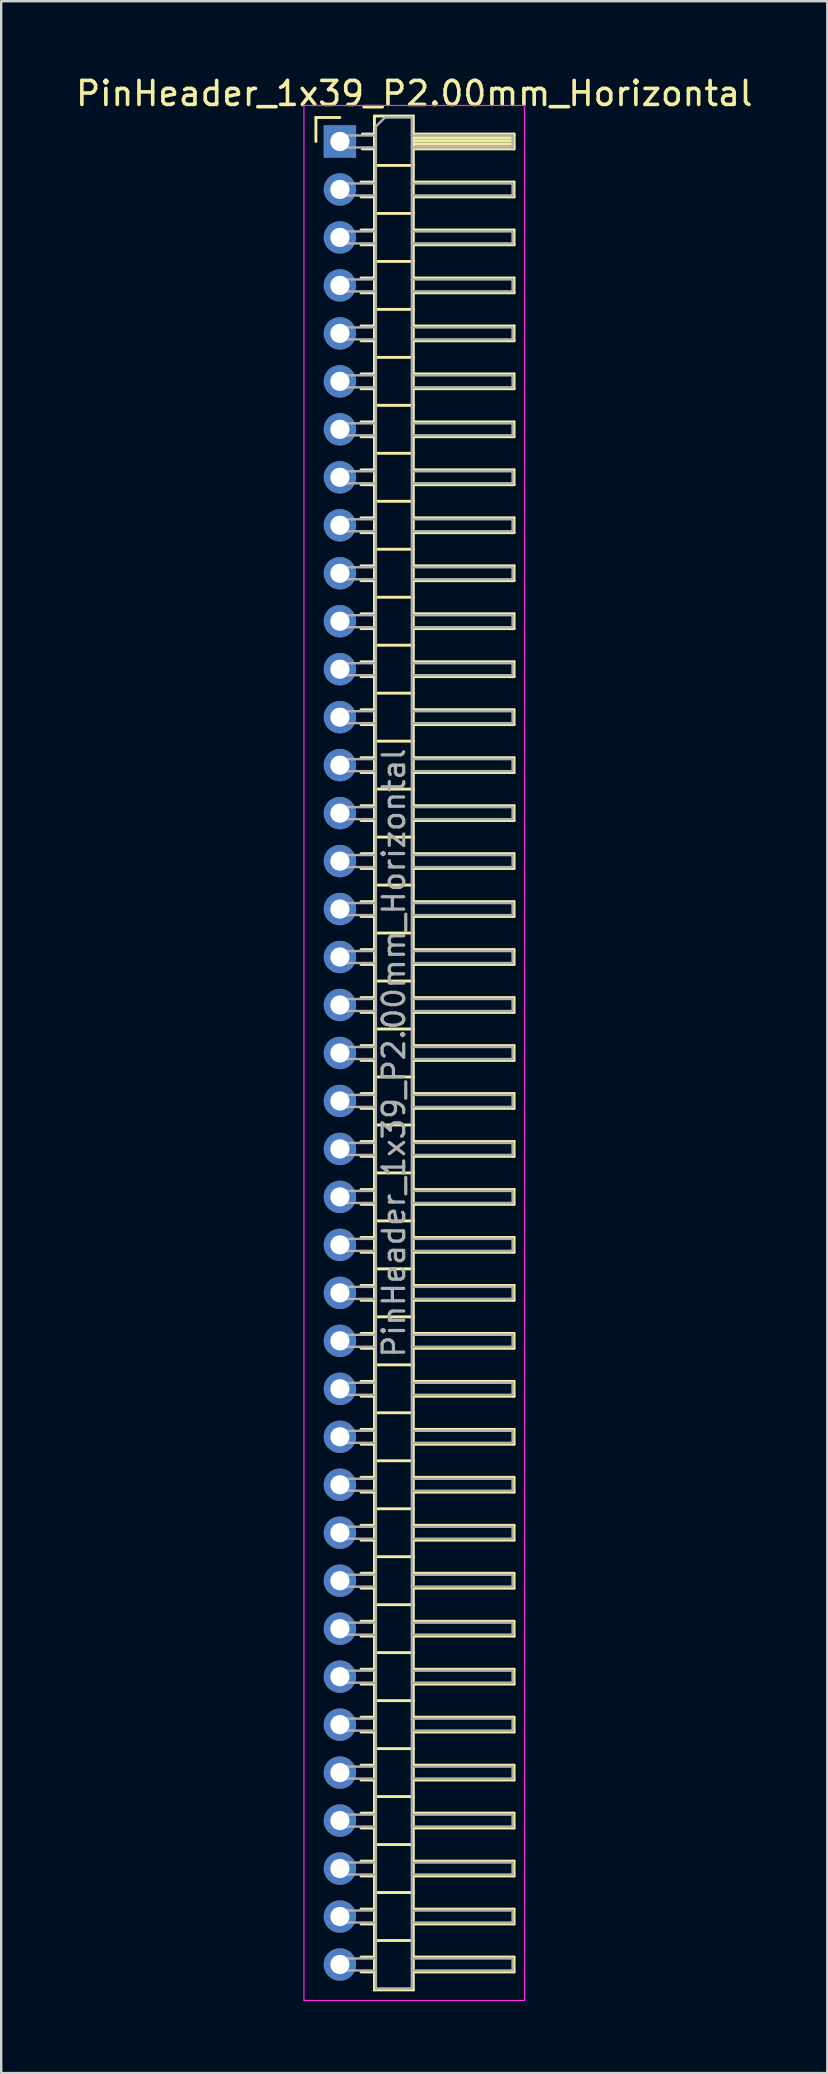
<source format=kicad_pcb>
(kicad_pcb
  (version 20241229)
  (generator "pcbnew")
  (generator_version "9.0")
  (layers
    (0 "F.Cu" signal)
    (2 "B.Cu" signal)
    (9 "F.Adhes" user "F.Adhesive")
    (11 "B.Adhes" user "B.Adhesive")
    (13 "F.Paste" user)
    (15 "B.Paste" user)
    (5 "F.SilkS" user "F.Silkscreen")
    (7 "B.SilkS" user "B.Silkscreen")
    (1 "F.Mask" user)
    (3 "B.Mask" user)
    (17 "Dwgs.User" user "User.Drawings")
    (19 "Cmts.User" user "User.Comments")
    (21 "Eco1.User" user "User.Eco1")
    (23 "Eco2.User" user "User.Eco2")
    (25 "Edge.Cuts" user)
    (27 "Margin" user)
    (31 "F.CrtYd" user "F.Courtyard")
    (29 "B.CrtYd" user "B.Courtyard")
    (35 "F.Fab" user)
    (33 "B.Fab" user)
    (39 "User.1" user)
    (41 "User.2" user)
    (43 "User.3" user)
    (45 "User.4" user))
  (footprint "PinHeader_1x39_P2.00mm_Horizontal"
    (layer "F.Cu")
    (at 11.12 2.848)
    (property "Reference" "PinHeader_1x39_P2.00mm_Horizontal" (at 3.1 -2 0) (layer "F.SilkS") (effects (font (size 1 1) (thickness 0.15))))
    (attr through_hole)
    (fp_line (start -1 -1) (end 0 -1) (stroke (width 0.12) (type solid)) (layer "F.SilkS"))
    (fp_line (start -1 0) (end -1 -1) (stroke (width 0.12) (type solid)) (layer "F.SilkS"))
    (fp_line (start 0.882 1.69) (end 1.44 1.69) (stroke (width 0.12) (type solid)) (layer "F.SilkS"))
    (fp_line (start 0.882 2.31) (end 1.44 2.31) (stroke (width 0.12) (type solid)) (layer "F.SilkS"))
    (fp_line (start 0.882 3.69) (end 1.44 3.69) (stroke (width 0.12) (type solid)) (layer "F.SilkS"))
    (fp_line (start 0.882 4.31) (end 1.44 4.31) (stroke (width 0.12) (type solid)) (layer "F.SilkS"))
    (fp_line (start 0.882 5.69) (end 1.44 5.69) (stroke (width 0.12) (type solid)) (layer "F.SilkS"))
    (fp_line (start 0.882 6.31) (end 1.44 6.31) (stroke (width 0.12) (type solid)) (layer "F.SilkS"))
    (fp_line (start 0.882 7.69) (end 1.44 7.69) (stroke (width 0.12) (type solid)) (layer "F.SilkS"))
    (fp_line (start 0.882 8.31) (end 1.44 8.31) (stroke (width 0.12) (type solid)) (layer "F.SilkS"))
    (fp_line (start 0.882 9.69) (end 1.44 9.69) (stroke (width 0.12) (type solid)) (layer "F.SilkS"))
    (fp_line (start 0.882 10.31) (end 1.44 10.31) (stroke (width 0.12) (type solid)) (layer "F.SilkS"))
    (fp_line (start 0.882 11.69) (end 1.44 11.69) (stroke (width 0.12) (type solid)) (layer "F.SilkS"))
    (fp_line (start 0.882 12.31) (end 1.44 12.31) (stroke (width 0.12) (type solid)) (layer "F.SilkS"))
    (fp_line (start 0.882 13.69) (end 1.44 13.69) (stroke (width 0.12) (type solid)) (layer "F.SilkS"))
    (fp_line (start 0.882 14.31) (end 1.44 14.31) (stroke (width 0.12) (type solid)) (layer "F.SilkS"))
    (fp_line (start 0.882 15.69) (end 1.44 15.69) (stroke (width 0.12) (type solid)) (layer "F.SilkS"))
    (fp_line (start 0.882 16.31) (end 1.44 16.31) (stroke (width 0.12) (type solid)) (layer "F.SilkS"))
    (fp_line (start 0.882 17.69) (end 1.44 17.69) (stroke (width 0.12) (type solid)) (layer "F.SilkS"))
    (fp_line (start 0.882 18.31) (end 1.44 18.31) (stroke (width 0.12) (type solid)) (layer "F.SilkS"))
    (fp_line (start 0.882 19.69) (end 1.44 19.69) (stroke (width 0.12) (type solid)) (layer "F.SilkS"))
    (fp_line (start 0.882 20.31) (end 1.44 20.31) (stroke (width 0.12) (type solid)) (layer "F.SilkS"))
    (fp_line (start 0.882 21.69) (end 1.44 21.69) (stroke (width 0.12) (type solid)) (layer "F.SilkS"))
    (fp_line (start 0.882 22.31) (end 1.44 22.31) (stroke (width 0.12) (type solid)) (layer "F.SilkS"))
    (fp_line (start 0.882 23.69) (end 1.44 23.69) (stroke (width 0.12) (type solid)) (layer "F.SilkS"))
    (fp_line (start 0.882 24.31) (end 1.44 24.31) (stroke (width 0.12) (type solid)) (layer "F.SilkS"))
    (fp_line (start 0.882 25.69) (end 1.44 25.69) (stroke (width 0.12) (type solid)) (layer "F.SilkS"))
    (fp_line (start 0.882 26.31) (end 1.44 26.31) (stroke (width 0.12) (type solid)) (layer "F.SilkS"))
    (fp_line (start 0.882 27.69) (end 1.44 27.69) (stroke (width 0.12) (type solid)) (layer "F.SilkS"))
    (fp_line (start 0.882 28.31) (end 1.44 28.31) (stroke (width 0.12) (type solid)) (layer "F.SilkS"))
    (fp_line (start 0.882 29.69) (end 1.44 29.69) (stroke (width 0.12) (type solid)) (layer "F.SilkS"))
    (fp_line (start 0.882 30.31) (end 1.44 30.31) (stroke (width 0.12) (type solid)) (layer "F.SilkS"))
    (fp_line (start 0.882 31.69) (end 1.44 31.69) (stroke (width 0.12) (type solid)) (layer "F.SilkS"))
    (fp_line (start 0.882 32.31) (end 1.44 32.31) (stroke (width 0.12) (type solid)) (layer "F.SilkS"))
    (fp_line (start 0.882 33.69) (end 1.44 33.69) (stroke (width 0.12) (type solid)) (layer "F.SilkS"))
    (fp_line (start 0.882 34.31) (end 1.44 34.31) (stroke (width 0.12) (type solid)) (layer "F.SilkS"))
    (fp_line (start 0.882 35.69) (end 1.44 35.69) (stroke (width 0.12) (type solid)) (layer "F.SilkS"))
    (fp_line (start 0.882 36.31) (end 1.44 36.31) (stroke (width 0.12) (type solid)) (layer "F.SilkS"))
    (fp_line (start 0.882 37.69) (end 1.44 37.69) (stroke (width 0.12) (type solid)) (layer "F.SilkS"))
    (fp_line (start 0.882 38.31) (end 1.44 38.31) (stroke (width 0.12) (type solid)) (layer "F.SilkS"))
    (fp_line (start 0.882 39.69) (end 1.44 39.69) (stroke (width 0.12) (type solid)) (layer "F.SilkS"))
    (fp_line (start 0.882 40.31) (end 1.44 40.31) (stroke (width 0.12) (type solid)) (layer "F.SilkS"))
    (fp_line (start 0.882 41.69) (end 1.44 41.69) (stroke (width 0.12) (type solid)) (layer "F.SilkS"))
    (fp_line (start 0.882 42.31) (end 1.44 42.31) (stroke (width 0.12) (type solid)) (layer "F.SilkS"))
    (fp_line (start 0.882 43.69) (end 1.44 43.69) (stroke (width 0.12) (type solid)) (layer "F.SilkS"))
    (fp_line (start 0.882 44.31) (end 1.44 44.31) (stroke (width 0.12) (type solid)) (layer "F.SilkS"))
    (fp_line (start 0.882 45.69) (end 1.44 45.69) (stroke (width 0.12) (type solid)) (layer "F.SilkS"))
    (fp_line (start 0.882 46.31) (end 1.44 46.31) (stroke (width 0.12) (type solid)) (layer "F.SilkS"))
    (fp_line (start 0.882 47.69) (end 1.44 47.69) (stroke (width 0.12) (type solid)) (layer "F.SilkS"))
    (fp_line (start 0.882 48.31) (end 1.44 48.31) (stroke (width 0.12) (type solid)) (layer "F.SilkS"))
    (fp_line (start 0.882 49.69) (end 1.44 49.69) (stroke (width 0.12) (type solid)) (layer "F.SilkS"))
    (fp_line (start 0.882 50.31) (end 1.44 50.31) (stroke (width 0.12) (type solid)) (layer "F.SilkS"))
    (fp_line (start 0.882 51.69) (end 1.44 51.69) (stroke (width 0.12) (type solid)) (layer "F.SilkS"))
    (fp_line (start 0.882 52.31) (end 1.44 52.31) (stroke (width 0.12) (type solid)) (layer "F.SilkS"))
    (fp_line (start 0.882 53.69) (end 1.44 53.69) (stroke (width 0.12) (type solid)) (layer "F.SilkS"))
    (fp_line (start 0.882 54.31) (end 1.44 54.31) (stroke (width 0.12) (type solid)) (layer "F.SilkS"))
    (fp_line (start 0.882 55.69) (end 1.44 55.69) (stroke (width 0.12) (type solid)) (layer "F.SilkS"))
    (fp_line (start 0.882 56.31) (end 1.44 56.31) (stroke (width 0.12) (type solid)) (layer "F.SilkS"))
    (fp_line (start 0.882 57.69) (end 1.44 57.69) (stroke (width 0.12) (type solid)) (layer "F.SilkS"))
    (fp_line (start 0.882 58.31) (end 1.44 58.31) (stroke (width 0.12) (type solid)) (layer "F.SilkS"))
    (fp_line (start 0.882 59.69) (end 1.44 59.69) (stroke (width 0.12) (type solid)) (layer "F.SilkS"))
    (fp_line (start 0.882 60.31) (end 1.44 60.31) (stroke (width 0.12) (type solid)) (layer "F.SilkS"))
    (fp_line (start 0.882 61.69) (end 1.44 61.69) (stroke (width 0.12) (type solid)) (layer "F.SilkS"))
    (fp_line (start 0.882 62.31) (end 1.44 62.31) (stroke (width 0.12) (type solid)) (layer "F.SilkS"))
    (fp_line (start 0.882 63.69) (end 1.44 63.69) (stroke (width 0.12) (type solid)) (layer "F.SilkS"))
    (fp_line (start 0.882 64.31) (end 1.44 64.31) (stroke (width 0.12) (type solid)) (layer "F.SilkS"))
    (fp_line (start 0.882 65.69) (end 1.44 65.69) (stroke (width 0.12) (type solid)) (layer "F.SilkS"))
    (fp_line (start 0.882 66.31) (end 1.44 66.31) (stroke (width 0.12) (type solid)) (layer "F.SilkS"))
    (fp_line (start 0.882 67.69) (end 1.44 67.69) (stroke (width 0.12) (type solid)) (layer "F.SilkS"))
    (fp_line (start 0.882 68.31) (end 1.44 68.31) (stroke (width 0.12) (type solid)) (layer "F.SilkS"))
    (fp_line (start 0.882 69.69) (end 1.44 69.69) (stroke (width 0.12) (type solid)) (layer "F.SilkS"))
    (fp_line (start 0.882 70.31) (end 1.44 70.31) (stroke (width 0.12) (type solid)) (layer "F.SilkS"))
    (fp_line (start 0.882 71.69) (end 1.44 71.69) (stroke (width 0.12) (type solid)) (layer "F.SilkS"))
    (fp_line (start 0.882 72.31) (end 1.44 72.31) (stroke (width 0.12) (type solid)) (layer "F.SilkS"))
    (fp_line (start 0.882 73.69) (end 1.44 73.69) (stroke (width 0.12) (type solid)) (layer "F.SilkS"))
    (fp_line (start 0.882 74.31) (end 1.44 74.31) (stroke (width 0.12) (type solid)) (layer "F.SilkS"))
    (fp_line (start 0.882 75.69) (end 1.44 75.69) (stroke (width 0.12) (type solid)) (layer "F.SilkS"))
    (fp_line (start 0.882 76.31) (end 1.44 76.31) (stroke (width 0.12) (type solid)) (layer "F.SilkS"))
    (fp_line (start 0.935 -0.31) (end 1.44 -0.31) (stroke (width 0.12) (type solid)) (layer "F.SilkS"))
    (fp_line (start 0.935 0.31) (end 1.44 0.31) (stroke (width 0.12) (type solid)) (layer "F.SilkS"))
    (fp_line (start 1.44 -1.06) (end 1.44 77.06) (stroke (width 0.12) (type solid)) (layer "F.SilkS"))
    (fp_line (start 1.44 1) (end 3.06 1) (stroke (width 0.12) (type solid)) (layer "F.SilkS"))
    (fp_line (start 1.44 3) (end 3.06 3) (stroke (width 0.12) (type solid)) (layer "F.SilkS"))
    (fp_line (start 1.44 5) (end 3.06 5) (stroke (width 0.12) (type solid)) (layer "F.SilkS"))
    (fp_line (start 1.44 7) (end 3.06 7) (stroke (width 0.12) (type solid)) (layer "F.SilkS"))
    (fp_line (start 1.44 9) (end 3.06 9) (stroke (width 0.12) (type solid)) (layer "F.SilkS"))
    (fp_line (start 1.44 11) (end 3.06 11) (stroke (width 0.12) (type solid)) (layer "F.SilkS"))
    (fp_line (start 1.44 13) (end 3.06 13) (stroke (width 0.12) (type solid)) (layer "F.SilkS"))
    (fp_line (start 1.44 15) (end 3.06 15) (stroke (width 0.12) (type solid)) (layer "F.SilkS"))
    (fp_line (start 1.44 17) (end 3.06 17) (stroke (width 0.12) (type solid)) (layer "F.SilkS"))
    (fp_line (start 1.44 19) (end 3.06 19) (stroke (width 0.12) (type solid)) (layer "F.SilkS"))
    (fp_line (start 1.44 21) (end 3.06 21) (stroke (width 0.12) (type solid)) (layer "F.SilkS"))
    (fp_line (start 1.44 23) (end 3.06 23) (stroke (width 0.12) (type solid)) (layer "F.SilkS"))
    (fp_line (start 1.44 25) (end 3.06 25) (stroke (width 0.12) (type solid)) (layer "F.SilkS"))
    (fp_line (start 1.44 27) (end 3.06 27) (stroke (width 0.12) (type solid)) (layer "F.SilkS"))
    (fp_line (start 1.44 29) (end 3.06 29) (stroke (width 0.12) (type solid)) (layer "F.SilkS"))
    (fp_line (start 1.44 31) (end 3.06 31) (stroke (width 0.12) (type solid)) (layer "F.SilkS"))
    (fp_line (start 1.44 33) (end 3.06 33) (stroke (width 0.12) (type solid)) (layer "F.SilkS"))
    (fp_line (start 1.44 35) (end 3.06 35) (stroke (width 0.12) (type solid)) (layer "F.SilkS"))
    (fp_line (start 1.44 37) (end 3.06 37) (stroke (width 0.12) (type solid)) (layer "F.SilkS"))
    (fp_line (start 1.44 39) (end 3.06 39) (stroke (width 0.12) (type solid)) (layer "F.SilkS"))
    (fp_line (start 1.44 41) (end 3.06 41) (stroke (width 0.12) (type solid)) (layer "F.SilkS"))
    (fp_line (start 1.44 43) (end 3.06 43) (stroke (width 0.12) (type solid)) (layer "F.SilkS"))
    (fp_line (start 1.44 45) (end 3.06 45) (stroke (width 0.12) (type solid)) (layer "F.SilkS"))
    (fp_line (start 1.44 47) (end 3.06 47) (stroke (width 0.12) (type solid)) (layer "F.SilkS"))
    (fp_line (start 1.44 49) (end 3.06 49) (stroke (width 0.12) (type solid)) (layer "F.SilkS"))
    (fp_line (start 1.44 51) (end 3.06 51) (stroke (width 0.12) (type solid)) (layer "F.SilkS"))
    (fp_line (start 1.44 53) (end 3.06 53) (stroke (width 0.12) (type solid)) (layer "F.SilkS"))
    (fp_line (start 1.44 55) (end 3.06 55) (stroke (width 0.12) (type solid)) (layer "F.SilkS"))
    (fp_line (start 1.44 57) (end 3.06 57) (stroke (width 0.12) (type solid)) (layer "F.SilkS"))
    (fp_line (start 1.44 59) (end 3.06 59) (stroke (width 0.12) (type solid)) (layer "F.SilkS"))
    (fp_line (start 1.44 61) (end 3.06 61) (stroke (width 0.12) (type solid)) (layer "F.SilkS"))
    (fp_line (start 1.44 63) (end 3.06 63) (stroke (width 0.12) (type solid)) (layer "F.SilkS"))
    (fp_line (start 1.44 65) (end 3.06 65) (stroke (width 0.12) (type solid)) (layer "F.SilkS"))
    (fp_line (start 1.44 67) (end 3.06 67) (stroke (width 0.12) (type solid)) (layer "F.SilkS"))
    (fp_line (start 1.44 69) (end 3.06 69) (stroke (width 0.12) (type solid)) (layer "F.SilkS"))
    (fp_line (start 1.44 71) (end 3.06 71) (stroke (width 0.12) (type solid)) (layer "F.SilkS"))
    (fp_line (start 1.44 73) (end 3.06 73) (stroke (width 0.12) (type solid)) (layer "F.SilkS"))
    (fp_line (start 1.44 75) (end 3.06 75) (stroke (width 0.12) (type solid)) (layer "F.SilkS"))
    (fp_line (start 1.44 77.06) (end 3.06 77.06) (stroke (width 0.12) (type solid)) (layer "F.SilkS"))
    (fp_line (start 3.06 -1.06) (end 1.44 -1.06) (stroke (width 0.12) (type solid)) (layer "F.SilkS"))
    (fp_line (start 3.06 -0.31) (end 7.26 -0.31) (stroke (width 0.12) (type solid)) (layer "F.SilkS"))
    (fp_line (start 3.06 -0.25) (end 7.26 -0.25) (stroke (width 0.12) (type solid)) (layer "F.SilkS"))
    (fp_line (start 3.06 -0.13) (end 7.26 -0.13) (stroke (width 0.12) (type solid)) (layer "F.SilkS"))
    (fp_line (start 3.06 -0.01) (end 7.26 -0.01) (stroke (width 0.12) (type solid)) (layer "F.SilkS"))
    (fp_line (start 3.06 0.11) (end 7.26 0.11) (stroke (width 0.12) (type solid)) (layer "F.SilkS"))
    (fp_line (start 3.06 0.23) (end 7.26 0.23) (stroke (width 0.12) (type solid)) (layer "F.SilkS"))
    (fp_line (start 3.06 1.69) (end 7.26 1.69) (stroke (width 0.12) (type solid)) (layer "F.SilkS"))
    (fp_line (start 3.06 3.69) (end 7.26 3.69) (stroke (width 0.12) (type solid)) (layer "F.SilkS"))
    (fp_line (start 3.06 5.69) (end 7.26 5.69) (stroke (width 0.12) (type solid)) (layer "F.SilkS"))
    (fp_line (start 3.06 7.69) (end 7.26 7.69) (stroke (width 0.12) (type solid)) (layer "F.SilkS"))
    (fp_line (start 3.06 9.69) (end 7.26 9.69) (stroke (width 0.12) (type solid)) (layer "F.SilkS"))
    (fp_line (start 3.06 11.69) (end 7.26 11.69) (stroke (width 0.12) (type solid)) (layer "F.SilkS"))
    (fp_line (start 3.06 13.69) (end 7.26 13.69) (stroke (width 0.12) (type solid)) (layer "F.SilkS"))
    (fp_line (start 3.06 15.69) (end 7.26 15.69) (stroke (width 0.12) (type solid)) (layer "F.SilkS"))
    (fp_line (start 3.06 17.69) (end 7.26 17.69) (stroke (width 0.12) (type solid)) (layer "F.SilkS"))
    (fp_line (start 3.06 19.69) (end 7.26 19.69) (stroke (width 0.12) (type solid)) (layer "F.SilkS"))
    (fp_line (start 3.06 21.69) (end 7.26 21.69) (stroke (width 0.12) (type solid)) (layer "F.SilkS"))
    (fp_line (start 3.06 23.69) (end 7.26 23.69) (stroke (width 0.12) (type solid)) (layer "F.SilkS"))
    (fp_line (start 3.06 25.69) (end 7.26 25.69) (stroke (width 0.12) (type solid)) (layer "F.SilkS"))
    (fp_line (start 3.06 27.69) (end 7.26 27.69) (stroke (width 0.12) (type solid)) (layer "F.SilkS"))
    (fp_line (start 3.06 29.69) (end 7.26 29.69) (stroke (width 0.12) (type solid)) (layer "F.SilkS"))
    (fp_line (start 3.06 31.69) (end 7.26 31.69) (stroke (width 0.12) (type solid)) (layer "F.SilkS"))
    (fp_line (start 3.06 33.69) (end 7.26 33.69) (stroke (width 0.12) (type solid)) (layer "F.SilkS"))
    (fp_line (start 3.06 35.69) (end 7.26 35.69) (stroke (width 0.12) (type solid)) (layer "F.SilkS"))
    (fp_line (start 3.06 37.69) (end 7.26 37.69) (stroke (width 0.12) (type solid)) (layer "F.SilkS"))
    (fp_line (start 3.06 39.69) (end 7.26 39.69) (stroke (width 0.12) (type solid)) (layer "F.SilkS"))
    (fp_line (start 3.06 41.69) (end 7.26 41.69) (stroke (width 0.12) (type solid)) (layer "F.SilkS"))
    (fp_line (start 3.06 43.69) (end 7.26 43.69) (stroke (width 0.12) (type solid)) (layer "F.SilkS"))
    (fp_line (start 3.06 45.69) (end 7.26 45.69) (stroke (width 0.12) (type solid)) (layer "F.SilkS"))
    (fp_line (start 3.06 47.69) (end 7.26 47.69) (stroke (width 0.12) (type solid)) (layer "F.SilkS"))
    (fp_line (start 3.06 49.69) (end 7.26 49.69) (stroke (width 0.12) (type solid)) (layer "F.SilkS"))
    (fp_line (start 3.06 51.69) (end 7.26 51.69) (stroke (width 0.12) (type solid)) (layer "F.SilkS"))
    (fp_line (start 3.06 53.69) (end 7.26 53.69) (stroke (width 0.12) (type solid)) (layer "F.SilkS"))
    (fp_line (start 3.06 55.69) (end 7.26 55.69) (stroke (width 0.12) (type solid)) (layer "F.SilkS"))
    (fp_line (start 3.06 57.69) (end 7.26 57.69) (stroke (width 0.12) (type solid)) (layer "F.SilkS"))
    (fp_line (start 3.06 59.69) (end 7.26 59.69) (stroke (width 0.12) (type solid)) (layer "F.SilkS"))
    (fp_line (start 3.06 61.69) (end 7.26 61.69) (stroke (width 0.12) (type solid)) (layer "F.SilkS"))
    (fp_line (start 3.06 63.69) (end 7.26 63.69) (stroke (width 0.12) (type solid)) (layer "F.SilkS"))
    (fp_line (start 3.06 65.69) (end 7.26 65.69) (stroke (width 0.12) (type solid)) (layer "F.SilkS"))
    (fp_line (start 3.06 67.69) (end 7.26 67.69) (stroke (width 0.12) (type solid)) (layer "F.SilkS"))
    (fp_line (start 3.06 69.69) (end 7.26 69.69) (stroke (width 0.12) (type solid)) (layer "F.SilkS"))
    (fp_line (start 3.06 71.69) (end 7.26 71.69) (stroke (width 0.12) (type solid)) (layer "F.SilkS"))
    (fp_line (start 3.06 73.69) (end 7.26 73.69) (stroke (width 0.12) (type solid)) (layer "F.SilkS"))
    (fp_line (start 3.06 75.69) (end 7.26 75.69) (stroke (width 0.12) (type solid)) (layer "F.SilkS"))
    (fp_line (start 3.06 77.06) (end 3.06 -1.06) (stroke (width 0.12) (type solid)) (layer "F.SilkS"))
    (fp_line (start 7.26 -0.31) (end 7.26 0.31) (stroke (width 0.12) (type solid)) (layer "F.SilkS"))
    (fp_line (start 7.26 0.31) (end 3.06 0.31) (stroke (width 0.12) (type solid)) (layer "F.SilkS"))
    (fp_line (start 7.26 1.69) (end 7.26 2.31) (stroke (width 0.12) (type solid)) (layer "F.SilkS"))
    (fp_line (start 7.26 2.31) (end 3.06 2.31) (stroke (width 0.12) (type solid)) (layer "F.SilkS"))
    (fp_line (start 7.26 3.69) (end 7.26 4.31) (stroke (width 0.12) (type solid)) (layer "F.SilkS"))
    (fp_line (start 7.26 4.31) (end 3.06 4.31) (stroke (width 0.12) (type solid)) (layer "F.SilkS"))
    (fp_line (start 7.26 5.69) (end 7.26 6.31) (stroke (width 0.12) (type solid)) (layer "F.SilkS"))
    (fp_line (start 7.26 6.31) (end 3.06 6.31) (stroke (width 0.12) (type solid)) (layer "F.SilkS"))
    (fp_line (start 7.26 7.69) (end 7.26 8.31) (stroke (width 0.12) (type solid)) (layer "F.SilkS"))
    (fp_line (start 7.26 8.31) (end 3.06 8.31) (stroke (width 0.12) (type solid)) (layer "F.SilkS"))
    (fp_line (start 7.26 9.69) (end 7.26 10.31) (stroke (width 0.12) (type solid)) (layer "F.SilkS"))
    (fp_line (start 7.26 10.31) (end 3.06 10.31) (stroke (width 0.12) (type solid)) (layer "F.SilkS"))
    (fp_line (start 7.26 11.69) (end 7.26 12.31) (stroke (width 0.12) (type solid)) (layer "F.SilkS"))
    (fp_line (start 7.26 12.31) (end 3.06 12.31) (stroke (width 0.12) (type solid)) (layer "F.SilkS"))
    (fp_line (start 7.26 13.69) (end 7.26 14.31) (stroke (width 0.12) (type solid)) (layer "F.SilkS"))
    (fp_line (start 7.26 14.31) (end 3.06 14.31) (stroke (width 0.12) (type solid)) (layer "F.SilkS"))
    (fp_line (start 7.26 15.69) (end 7.26 16.31) (stroke (width 0.12) (type solid)) (layer "F.SilkS"))
    (fp_line (start 7.26 16.31) (end 3.06 16.31) (stroke (width 0.12) (type solid)) (layer "F.SilkS"))
    (fp_line (start 7.26 17.69) (end 7.26 18.31) (stroke (width 0.12) (type solid)) (layer "F.SilkS"))
    (fp_line (start 7.26 18.31) (end 3.06 18.31) (stroke (width 0.12) (type solid)) (layer "F.SilkS"))
    (fp_line (start 7.26 19.69) (end 7.26 20.31) (stroke (width 0.12) (type solid)) (layer "F.SilkS"))
    (fp_line (start 7.26 20.31) (end 3.06 20.31) (stroke (width 0.12) (type solid)) (layer "F.SilkS"))
    (fp_line (start 7.26 21.69) (end 7.26 22.31) (stroke (width 0.12) (type solid)) (layer "F.SilkS"))
    (fp_line (start 7.26 22.31) (end 3.06 22.31) (stroke (width 0.12) (type solid)) (layer "F.SilkS"))
    (fp_line (start 7.26 23.69) (end 7.26 24.31) (stroke (width 0.12) (type solid)) (layer "F.SilkS"))
    (fp_line (start 7.26 24.31) (end 3.06 24.31) (stroke (width 0.12) (type solid)) (layer "F.SilkS"))
    (fp_line (start 7.26 25.69) (end 7.26 26.31) (stroke (width 0.12) (type solid)) (layer "F.SilkS"))
    (fp_line (start 7.26 26.31) (end 3.06 26.31) (stroke (width 0.12) (type solid)) (layer "F.SilkS"))
    (fp_line (start 7.26 27.69) (end 7.26 28.31) (stroke (width 0.12) (type solid)) (layer "F.SilkS"))
    (fp_line (start 7.26 28.31) (end 3.06 28.31) (stroke (width 0.12) (type solid)) (layer "F.SilkS"))
    (fp_line (start 7.26 29.69) (end 7.26 30.31) (stroke (width 0.12) (type solid)) (layer "F.SilkS"))
    (fp_line (start 7.26 30.31) (end 3.06 30.31) (stroke (width 0.12) (type solid)) (layer "F.SilkS"))
    (fp_line (start 7.26 31.69) (end 7.26 32.31) (stroke (width 0.12) (type solid)) (layer "F.SilkS"))
    (fp_line (start 7.26 32.31) (end 3.06 32.31) (stroke (width 0.12) (type solid)) (layer "F.SilkS"))
    (fp_line (start 7.26 33.69) (end 7.26 34.31) (stroke (width 0.12) (type solid)) (layer "F.SilkS"))
    (fp_line (start 7.26 34.31) (end 3.06 34.31) (stroke (width 0.12) (type solid)) (layer "F.SilkS"))
    (fp_line (start 7.26 35.69) (end 7.26 36.31) (stroke (width 0.12) (type solid)) (layer "F.SilkS"))
    (fp_line (start 7.26 36.31) (end 3.06 36.31) (stroke (width 0.12) (type solid)) (layer "F.SilkS"))
    (fp_line (start 7.26 37.69) (end 7.26 38.31) (stroke (width 0.12) (type solid)) (layer "F.SilkS"))
    (fp_line (start 7.26 38.31) (end 3.06 38.31) (stroke (width 0.12) (type solid)) (layer "F.SilkS"))
    (fp_line (start 7.26 39.69) (end 7.26 40.31) (stroke (width 0.12) (type solid)) (layer "F.SilkS"))
    (fp_line (start 7.26 40.31) (end 3.06 40.31) (stroke (width 0.12) (type solid)) (layer "F.SilkS"))
    (fp_line (start 7.26 41.69) (end 7.26 42.31) (stroke (width 0.12) (type solid)) (layer "F.SilkS"))
    (fp_line (start 7.26 42.31) (end 3.06 42.31) (stroke (width 0.12) (type solid)) (layer "F.SilkS"))
    (fp_line (start 7.26 43.69) (end 7.26 44.31) (stroke (width 0.12) (type solid)) (layer "F.SilkS"))
    (fp_line (start 7.26 44.31) (end 3.06 44.31) (stroke (width 0.12) (type solid)) (layer "F.SilkS"))
    (fp_line (start 7.26 45.69) (end 7.26 46.31) (stroke (width 0.12) (type solid)) (layer "F.SilkS"))
    (fp_line (start 7.26 46.31) (end 3.06 46.31) (stroke (width 0.12) (type solid)) (layer "F.SilkS"))
    (fp_line (start 7.26 47.69) (end 7.26 48.31) (stroke (width 0.12) (type solid)) (layer "F.SilkS"))
    (fp_line (start 7.26 48.31) (end 3.06 48.31) (stroke (width 0.12) (type solid)) (layer "F.SilkS"))
    (fp_line (start 7.26 49.69) (end 7.26 50.31) (stroke (width 0.12) (type solid)) (layer "F.SilkS"))
    (fp_line (start 7.26 50.31) (end 3.06 50.31) (stroke (width 0.12) (type solid)) (layer "F.SilkS"))
    (fp_line (start 7.26 51.69) (end 7.26 52.31) (stroke (width 0.12) (type solid)) (layer "F.SilkS"))
    (fp_line (start 7.26 52.31) (end 3.06 52.31) (stroke (width 0.12) (type solid)) (layer "F.SilkS"))
    (fp_line (start 7.26 53.69) (end 7.26 54.31) (stroke (width 0.12) (type solid)) (layer "F.SilkS"))
    (fp_line (start 7.26 54.31) (end 3.06 54.31) (stroke (width 0.12) (type solid)) (layer "F.SilkS"))
    (fp_line (start 7.26 55.69) (end 7.26 56.31) (stroke (width 0.12) (type solid)) (layer "F.SilkS"))
    (fp_line (start 7.26 56.31) (end 3.06 56.31) (stroke (width 0.12) (type solid)) (layer "F.SilkS"))
    (fp_line (start 7.26 57.69) (end 7.26 58.31) (stroke (width 0.12) (type solid)) (layer "F.SilkS"))
    (fp_line (start 7.26 58.31) (end 3.06 58.31) (stroke (width 0.12) (type solid)) (layer "F.SilkS"))
    (fp_line (start 7.26 59.69) (end 7.26 60.31) (stroke (width 0.12) (type solid)) (layer "F.SilkS"))
    (fp_line (start 7.26 60.31) (end 3.06 60.31) (stroke (width 0.12) (type solid)) (layer "F.SilkS"))
    (fp_line (start 7.26 61.69) (end 7.26 62.31) (stroke (width 0.12) (type solid)) (layer "F.SilkS"))
    (fp_line (start 7.26 62.31) (end 3.06 62.31) (stroke (width 0.12) (type solid)) (layer "F.SilkS"))
    (fp_line (start 7.26 63.69) (end 7.26 64.31) (stroke (width 0.12) (type solid)) (layer "F.SilkS"))
    (fp_line (start 7.26 64.31) (end 3.06 64.31) (stroke (width 0.12) (type solid)) (layer "F.SilkS"))
    (fp_line (start 7.26 65.69) (end 7.26 66.31) (stroke (width 0.12) (type solid)) (layer "F.SilkS"))
    (fp_line (start 7.26 66.31) (end 3.06 66.31) (stroke (width 0.12) (type solid)) (layer "F.SilkS"))
    (fp_line (start 7.26 67.69) (end 7.26 68.31) (stroke (width 0.12) (type solid)) (layer "F.SilkS"))
    (fp_line (start 7.26 68.31) (end 3.06 68.31) (stroke (width 0.12) (type solid)) (layer "F.SilkS"))
    (fp_line (start 7.26 69.69) (end 7.26 70.31) (stroke (width 0.12) (type solid)) (layer "F.SilkS"))
    (fp_line (start 7.26 70.31) (end 3.06 70.31) (stroke (width 0.12) (type solid)) (layer "F.SilkS"))
    (fp_line (start 7.26 71.69) (end 7.26 72.31) (stroke (width 0.12) (type solid)) (layer "F.SilkS"))
    (fp_line (start 7.26 72.31) (end 3.06 72.31) (stroke (width 0.12) (type solid)) (layer "F.SilkS"))
    (fp_line (start 7.26 73.69) (end 7.26 74.31) (stroke (width 0.12) (type solid)) (layer "F.SilkS"))
    (fp_line (start 7.26 74.31) (end 3.06 74.31) (stroke (width 0.12) (type solid)) (layer "F.SilkS"))
    (fp_line (start 7.26 75.69) (end 7.26 76.31) (stroke (width 0.12) (type solid)) (layer "F.SilkS"))
    (fp_line (start 7.26 76.31) (end 3.06 76.31) (stroke (width 0.12) (type solid)) (layer "F.SilkS"))
    (fp_line (start -1.5 -1.5) (end -1.5 77.5) (stroke (width 0.05) (type solid)) (layer "F.CrtYd"))
    (fp_line (start -1.5 77.5) (end 7.7 77.5) (stroke (width 0.05) (type solid)) (layer "F.CrtYd"))
    (fp_line (start 7.7 -1.5) (end -1.5 -1.5) (stroke (width 0.05) (type solid)) (layer "F.CrtYd"))
    (fp_line (start 7.7 77.5) (end 7.7 -1.5) (stroke (width 0.05) (type solid)) (layer "F.CrtYd"))
    (fp_line (start -0.25 -0.25) (end -0.25 0.25) (stroke (width 0.1) (type solid)) (layer "F.Fab"))
    (fp_line (start -0.25 -0.25) (end 1.5 -0.25) (stroke (width 0.1) (type solid)) (layer "F.Fab"))
    (fp_line (start -0.25 0.25) (end 1.5 0.25) (stroke (width 0.1) (type solid)) (layer "F.Fab"))
    (fp_line (start -0.25 1.75) (end -0.25 2.25) (stroke (width 0.1) (type solid)) (layer "F.Fab"))
    (fp_line (start -0.25 1.75) (end 1.5 1.75) (stroke (width 0.1) (type solid)) (layer "F.Fab"))
    (fp_line (start -0.25 2.25) (end 1.5 2.25) (stroke (width 0.1) (type solid)) (layer "F.Fab"))
    (fp_line (start -0.25 3.75) (end -0.25 4.25) (stroke (width 0.1) (type solid)) (layer "F.Fab"))
    (fp_line (start -0.25 3.75) (end 1.5 3.75) (stroke (width 0.1) (type solid)) (layer "F.Fab"))
    (fp_line (start -0.25 4.25) (end 1.5 4.25) (stroke (width 0.1) (type solid)) (layer "F.Fab"))
    (fp_line (start -0.25 5.75) (end -0.25 6.25) (stroke (width 0.1) (type solid)) (layer "F.Fab"))
    (fp_line (start -0.25 5.75) (end 1.5 5.75) (stroke (width 0.1) (type solid)) (layer "F.Fab"))
    (fp_line (start -0.25 6.25) (end 1.5 6.25) (stroke (width 0.1) (type solid)) (layer "F.Fab"))
    (fp_line (start -0.25 7.75) (end -0.25 8.25) (stroke (width 0.1) (type solid)) (layer "F.Fab"))
    (fp_line (start -0.25 7.75) (end 1.5 7.75) (stroke (width 0.1) (type solid)) (layer "F.Fab"))
    (fp_line (start -0.25 8.25) (end 1.5 8.25) (stroke (width 0.1) (type solid)) (layer "F.Fab"))
    (fp_line (start -0.25 9.75) (end -0.25 10.25) (stroke (width 0.1) (type solid)) (layer "F.Fab"))
    (fp_line (start -0.25 9.75) (end 1.5 9.75) (stroke (width 0.1) (type solid)) (layer "F.Fab"))
    (fp_line (start -0.25 10.25) (end 1.5 10.25) (stroke (width 0.1) (type solid)) (layer "F.Fab"))
    (fp_line (start -0.25 11.75) (end -0.25 12.25) (stroke (width 0.1) (type solid)) (layer "F.Fab"))
    (fp_line (start -0.25 11.75) (end 1.5 11.75) (stroke (width 0.1) (type solid)) (layer "F.Fab"))
    (fp_line (start -0.25 12.25) (end 1.5 12.25) (stroke (width 0.1) (type solid)) (layer "F.Fab"))
    (fp_line (start -0.25 13.75) (end -0.25 14.25) (stroke (width 0.1) (type solid)) (layer "F.Fab"))
    (fp_line (start -0.25 13.75) (end 1.5 13.75) (stroke (width 0.1) (type solid)) (layer "F.Fab"))
    (fp_line (start -0.25 14.25) (end 1.5 14.25) (stroke (width 0.1) (type solid)) (layer "F.Fab"))
    (fp_line (start -0.25 15.75) (end -0.25 16.25) (stroke (width 0.1) (type solid)) (layer "F.Fab"))
    (fp_line (start -0.25 15.75) (end 1.5 15.75) (stroke (width 0.1) (type solid)) (layer "F.Fab"))
    (fp_line (start -0.25 16.25) (end 1.5 16.25) (stroke (width 0.1) (type solid)) (layer "F.Fab"))
    (fp_line (start -0.25 17.75) (end -0.25 18.25) (stroke (width 0.1) (type solid)) (layer "F.Fab"))
    (fp_line (start -0.25 17.75) (end 1.5 17.75) (stroke (width 0.1) (type solid)) (layer "F.Fab"))
    (fp_line (start -0.25 18.25) (end 1.5 18.25) (stroke (width 0.1) (type solid)) (layer "F.Fab"))
    (fp_line (start -0.25 19.75) (end -0.25 20.25) (stroke (width 0.1) (type solid)) (layer "F.Fab"))
    (fp_line (start -0.25 19.75) (end 1.5 19.75) (stroke (width 0.1) (type solid)) (layer "F.Fab"))
    (fp_line (start -0.25 20.25) (end 1.5 20.25) (stroke (width 0.1) (type solid)) (layer "F.Fab"))
    (fp_line (start -0.25 21.75) (end -0.25 22.25) (stroke (width 0.1) (type solid)) (layer "F.Fab"))
    (fp_line (start -0.25 21.75) (end 1.5 21.75) (stroke (width 0.1) (type solid)) (layer "F.Fab"))
    (fp_line (start -0.25 22.25) (end 1.5 22.25) (stroke (width 0.1) (type solid)) (layer "F.Fab"))
    (fp_line (start -0.25 23.75) (end -0.25 24.25) (stroke (width 0.1) (type solid)) (layer "F.Fab"))
    (fp_line (start -0.25 23.75) (end 1.5 23.75) (stroke (width 0.1) (type solid)) (layer "F.Fab"))
    (fp_line (start -0.25 24.25) (end 1.5 24.25) (stroke (width 0.1) (type solid)) (layer "F.Fab"))
    (fp_line (start -0.25 25.75) (end -0.25 26.25) (stroke (width 0.1) (type solid)) (layer "F.Fab"))
    (fp_line (start -0.25 25.75) (end 1.5 25.75) (stroke (width 0.1) (type solid)) (layer "F.Fab"))
    (fp_line (start -0.25 26.25) (end 1.5 26.25) (stroke (width 0.1) (type solid)) (layer "F.Fab"))
    (fp_line (start -0.25 27.75) (end -0.25 28.25) (stroke (width 0.1) (type solid)) (layer "F.Fab"))
    (fp_line (start -0.25 27.75) (end 1.5 27.75) (stroke (width 0.1) (type solid)) (layer "F.Fab"))
    (fp_line (start -0.25 28.25) (end 1.5 28.25) (stroke (width 0.1) (type solid)) (layer "F.Fab"))
    (fp_line (start -0.25 29.75) (end -0.25 30.25) (stroke (width 0.1) (type solid)) (layer "F.Fab"))
    (fp_line (start -0.25 29.75) (end 1.5 29.75) (stroke (width 0.1) (type solid)) (layer "F.Fab"))
    (fp_line (start -0.25 30.25) (end 1.5 30.25) (stroke (width 0.1) (type solid)) (layer "F.Fab"))
    (fp_line (start -0.25 31.75) (end -0.25 32.25) (stroke (width 0.1) (type solid)) (layer "F.Fab"))
    (fp_line (start -0.25 31.75) (end 1.5 31.75) (stroke (width 0.1) (type solid)) (layer "F.Fab"))
    (fp_line (start -0.25 32.25) (end 1.5 32.25) (stroke (width 0.1) (type solid)) (layer "F.Fab"))
    (fp_line (start -0.25 33.75) (end -0.25 34.25) (stroke (width 0.1) (type solid)) (layer "F.Fab"))
    (fp_line (start -0.25 33.75) (end 1.5 33.75) (stroke (width 0.1) (type solid)) (layer "F.Fab"))
    (fp_line (start -0.25 34.25) (end 1.5 34.25) (stroke (width 0.1) (type solid)) (layer "F.Fab"))
    (fp_line (start -0.25 35.75) (end -0.25 36.25) (stroke (width 0.1) (type solid)) (layer "F.Fab"))
    (fp_line (start -0.25 35.75) (end 1.5 35.75) (stroke (width 0.1) (type solid)) (layer "F.Fab"))
    (fp_line (start -0.25 36.25) (end 1.5 36.25) (stroke (width 0.1) (type solid)) (layer "F.Fab"))
    (fp_line (start -0.25 37.75) (end -0.25 38.25) (stroke (width 0.1) (type solid)) (layer "F.Fab"))
    (fp_line (start -0.25 37.75) (end 1.5 37.75) (stroke (width 0.1) (type solid)) (layer "F.Fab"))
    (fp_line (start -0.25 38.25) (end 1.5 38.25) (stroke (width 0.1) (type solid)) (layer "F.Fab"))
    (fp_line (start -0.25 39.75) (end -0.25 40.25) (stroke (width 0.1) (type solid)) (layer "F.Fab"))
    (fp_line (start -0.25 39.75) (end 1.5 39.75) (stroke (width 0.1) (type solid)) (layer "F.Fab"))
    (fp_line (start -0.25 40.25) (end 1.5 40.25) (stroke (width 0.1) (type solid)) (layer "F.Fab"))
    (fp_line (start -0.25 41.75) (end -0.25 42.25) (stroke (width 0.1) (type solid)) (layer "F.Fab"))
    (fp_line (start -0.25 41.75) (end 1.5 41.75) (stroke (width 0.1) (type solid)) (layer "F.Fab"))
    (fp_line (start -0.25 42.25) (end 1.5 42.25) (stroke (width 0.1) (type solid)) (layer "F.Fab"))
    (fp_line (start -0.25 43.75) (end -0.25 44.25) (stroke (width 0.1) (type solid)) (layer "F.Fab"))
    (fp_line (start -0.25 43.75) (end 1.5 43.75) (stroke (width 0.1) (type solid)) (layer "F.Fab"))
    (fp_line (start -0.25 44.25) (end 1.5 44.25) (stroke (width 0.1) (type solid)) (layer "F.Fab"))
    (fp_line (start -0.25 45.75) (end -0.25 46.25) (stroke (width 0.1) (type solid)) (layer "F.Fab"))
    (fp_line (start -0.25 45.75) (end 1.5 45.75) (stroke (width 0.1) (type solid)) (layer "F.Fab"))
    (fp_line (start -0.25 46.25) (end 1.5 46.25) (stroke (width 0.1) (type solid)) (layer "F.Fab"))
    (fp_line (start -0.25 47.75) (end -0.25 48.25) (stroke (width 0.1) (type solid)) (layer "F.Fab"))
    (fp_line (start -0.25 47.75) (end 1.5 47.75) (stroke (width 0.1) (type solid)) (layer "F.Fab"))
    (fp_line (start -0.25 48.25) (end 1.5 48.25) (stroke (width 0.1) (type solid)) (layer "F.Fab"))
    (fp_line (start -0.25 49.75) (end -0.25 50.25) (stroke (width 0.1) (type solid)) (layer "F.Fab"))
    (fp_line (start -0.25 49.75) (end 1.5 49.75) (stroke (width 0.1) (type solid)) (layer "F.Fab"))
    (fp_line (start -0.25 50.25) (end 1.5 50.25) (stroke (width 0.1) (type solid)) (layer "F.Fab"))
    (fp_line (start -0.25 51.75) (end -0.25 52.25) (stroke (width 0.1) (type solid)) (layer "F.Fab"))
    (fp_line (start -0.25 51.75) (end 1.5 51.75) (stroke (width 0.1) (type solid)) (layer "F.Fab"))
    (fp_line (start -0.25 52.25) (end 1.5 52.25) (stroke (width 0.1) (type solid)) (layer "F.Fab"))
    (fp_line (start -0.25 53.75) (end -0.25 54.25) (stroke (width 0.1) (type solid)) (layer "F.Fab"))
    (fp_line (start -0.25 53.75) (end 1.5 53.75) (stroke (width 0.1) (type solid)) (layer "F.Fab"))
    (fp_line (start -0.25 54.25) (end 1.5 54.25) (stroke (width 0.1) (type solid)) (layer "F.Fab"))
    (fp_line (start -0.25 55.75) (end -0.25 56.25) (stroke (width 0.1) (type solid)) (layer "F.Fab"))
    (fp_line (start -0.25 55.75) (end 1.5 55.75) (stroke (width 0.1) (type solid)) (layer "F.Fab"))
    (fp_line (start -0.25 56.25) (end 1.5 56.25) (stroke (width 0.1) (type solid)) (layer "F.Fab"))
    (fp_line (start -0.25 57.75) (end -0.25 58.25) (stroke (width 0.1) (type solid)) (layer "F.Fab"))
    (fp_line (start -0.25 57.75) (end 1.5 57.75) (stroke (width 0.1) (type solid)) (layer "F.Fab"))
    (fp_line (start -0.25 58.25) (end 1.5 58.25) (stroke (width 0.1) (type solid)) (layer "F.Fab"))
    (fp_line (start -0.25 59.75) (end -0.25 60.25) (stroke (width 0.1) (type solid)) (layer "F.Fab"))
    (fp_line (start -0.25 59.75) (end 1.5 59.75) (stroke (width 0.1) (type solid)) (layer "F.Fab"))
    (fp_line (start -0.25 60.25) (end 1.5 60.25) (stroke (width 0.1) (type solid)) (layer "F.Fab"))
    (fp_line (start -0.25 61.75) (end -0.25 62.25) (stroke (width 0.1) (type solid)) (layer "F.Fab"))
    (fp_line (start -0.25 61.75) (end 1.5 61.75) (stroke (width 0.1) (type solid)) (layer "F.Fab"))
    (fp_line (start -0.25 62.25) (end 1.5 62.25) (stroke (width 0.1) (type solid)) (layer "F.Fab"))
    (fp_line (start -0.25 63.75) (end -0.25 64.25) (stroke (width 0.1) (type solid)) (layer "F.Fab"))
    (fp_line (start -0.25 63.75) (end 1.5 63.75) (stroke (width 0.1) (type solid)) (layer "F.Fab"))
    (fp_line (start -0.25 64.25) (end 1.5 64.25) (stroke (width 0.1) (type solid)) (layer "F.Fab"))
    (fp_line (start -0.25 65.75) (end -0.25 66.25) (stroke (width 0.1) (type solid)) (layer "F.Fab"))
    (fp_line (start -0.25 65.75) (end 1.5 65.75) (stroke (width 0.1) (type solid)) (layer "F.Fab"))
    (fp_line (start -0.25 66.25) (end 1.5 66.25) (stroke (width 0.1) (type solid)) (layer "F.Fab"))
    (fp_line (start -0.25 67.75) (end -0.25 68.25) (stroke (width 0.1) (type solid)) (layer "F.Fab"))
    (fp_line (start -0.25 67.75) (end 1.5 67.75) (stroke (width 0.1) (type solid)) (layer "F.Fab"))
    (fp_line (start -0.25 68.25) (end 1.5 68.25) (stroke (width 0.1) (type solid)) (layer "F.Fab"))
    (fp_line (start -0.25 69.75) (end -0.25 70.25) (stroke (width 0.1) (type solid)) (layer "F.Fab"))
    (fp_line (start -0.25 69.75) (end 1.5 69.75) (stroke (width 0.1) (type solid)) (layer "F.Fab"))
    (fp_line (start -0.25 70.25) (end 1.5 70.25) (stroke (width 0.1) (type solid)) (layer "F.Fab"))
    (fp_line (start -0.25 71.75) (end -0.25 72.25) (stroke (width 0.1) (type solid)) (layer "F.Fab"))
    (fp_line (start -0.25 71.75) (end 1.5 71.75) (stroke (width 0.1) (type solid)) (layer "F.Fab"))
    (fp_line (start -0.25 72.25) (end 1.5 72.25) (stroke (width 0.1) (type solid)) (layer "F.Fab"))
    (fp_line (start -0.25 73.75) (end -0.25 74.25) (stroke (width 0.1) (type solid)) (layer "F.Fab"))
    (fp_line (start -0.25 73.75) (end 1.5 73.75) (stroke (width 0.1) (type solid)) (layer "F.Fab"))
    (fp_line (start -0.25 74.25) (end 1.5 74.25) (stroke (width 0.1) (type solid)) (layer "F.Fab"))
    (fp_line (start -0.25 75.75) (end -0.25 76.25) (stroke (width 0.1) (type solid)) (layer "F.Fab"))
    (fp_line (start -0.25 75.75) (end 1.5 75.75) (stroke (width 0.1) (type solid)) (layer "F.Fab"))
    (fp_line (start -0.25 76.25) (end 1.5 76.25) (stroke (width 0.1) (type solid)) (layer "F.Fab"))
    (fp_line (start 1.5 -0.625) (end 1.875 -1) (stroke (width 0.1) (type solid)) (layer "F.Fab"))
    (fp_line (start 1.5 77) (end 1.5 -0.625) (stroke (width 0.1) (type solid)) (layer "F.Fab"))
    (fp_line (start 1.875 -1) (end 3 -1) (stroke (width 0.1) (type solid)) (layer "F.Fab"))
    (fp_line (start 3 -1) (end 3 77) (stroke (width 0.1) (type solid)) (layer "F.Fab"))
    (fp_line (start 3 -0.25) (end 7.2 -0.25) (stroke (width 0.1) (type solid)) (layer "F.Fab"))
    (fp_line (start 3 0.25) (end 7.2 0.25) (stroke (width 0.1) (type solid)) (layer "F.Fab"))
    (fp_line (start 3 1.75) (end 7.2 1.75) (stroke (width 0.1) (type solid)) (layer "F.Fab"))
    (fp_line (start 3 2.25) (end 7.2 2.25) (stroke (width 0.1) (type solid)) (layer "F.Fab"))
    (fp_line (start 3 3.75) (end 7.2 3.75) (stroke (width 0.1) (type solid)) (layer "F.Fab"))
    (fp_line (start 3 4.25) (end 7.2 4.25) (stroke (width 0.1) (type solid)) (layer "F.Fab"))
    (fp_line (start 3 5.75) (end 7.2 5.75) (stroke (width 0.1) (type solid)) (layer "F.Fab"))
    (fp_line (start 3 6.25) (end 7.2 6.25) (stroke (width 0.1) (type solid)) (layer "F.Fab"))
    (fp_line (start 3 7.75) (end 7.2 7.75) (stroke (width 0.1) (type solid)) (layer "F.Fab"))
    (fp_line (start 3 8.25) (end 7.2 8.25) (stroke (width 0.1) (type solid)) (layer "F.Fab"))
    (fp_line (start 3 9.75) (end 7.2 9.75) (stroke (width 0.1) (type solid)) (layer "F.Fab"))
    (fp_line (start 3 10.25) (end 7.2 10.25) (stroke (width 0.1) (type solid)) (layer "F.Fab"))
    (fp_line (start 3 11.75) (end 7.2 11.75) (stroke (width 0.1) (type solid)) (layer "F.Fab"))
    (fp_line (start 3 12.25) (end 7.2 12.25) (stroke (width 0.1) (type solid)) (layer "F.Fab"))
    (fp_line (start 3 13.75) (end 7.2 13.75) (stroke (width 0.1) (type solid)) (layer "F.Fab"))
    (fp_line (start 3 14.25) (end 7.2 14.25) (stroke (width 0.1) (type solid)) (layer "F.Fab"))
    (fp_line (start 3 15.75) (end 7.2 15.75) (stroke (width 0.1) (type solid)) (layer "F.Fab"))
    (fp_line (start 3 16.25) (end 7.2 16.25) (stroke (width 0.1) (type solid)) (layer "F.Fab"))
    (fp_line (start 3 17.75) (end 7.2 17.75) (stroke (width 0.1) (type solid)) (layer "F.Fab"))
    (fp_line (start 3 18.25) (end 7.2 18.25) (stroke (width 0.1) (type solid)) (layer "F.Fab"))
    (fp_line (start 3 19.75) (end 7.2 19.75) (stroke (width 0.1) (type solid)) (layer "F.Fab"))
    (fp_line (start 3 20.25) (end 7.2 20.25) (stroke (width 0.1) (type solid)) (layer "F.Fab"))
    (fp_line (start 3 21.75) (end 7.2 21.75) (stroke (width 0.1) (type solid)) (layer "F.Fab"))
    (fp_line (start 3 22.25) (end 7.2 22.25) (stroke (width 0.1) (type solid)) (layer "F.Fab"))
    (fp_line (start 3 23.75) (end 7.2 23.75) (stroke (width 0.1) (type solid)) (layer "F.Fab"))
    (fp_line (start 3 24.25) (end 7.2 24.25) (stroke (width 0.1) (type solid)) (layer "F.Fab"))
    (fp_line (start 3 25.75) (end 7.2 25.75) (stroke (width 0.1) (type solid)) (layer "F.Fab"))
    (fp_line (start 3 26.25) (end 7.2 26.25) (stroke (width 0.1) (type solid)) (layer "F.Fab"))
    (fp_line (start 3 27.75) (end 7.2 27.75) (stroke (width 0.1) (type solid)) (layer "F.Fab"))
    (fp_line (start 3 28.25) (end 7.2 28.25) (stroke (width 0.1) (type solid)) (layer "F.Fab"))
    (fp_line (start 3 29.75) (end 7.2 29.75) (stroke (width 0.1) (type solid)) (layer "F.Fab"))
    (fp_line (start 3 30.25) (end 7.2 30.25) (stroke (width 0.1) (type solid)) (layer "F.Fab"))
    (fp_line (start 3 31.75) (end 7.2 31.75) (stroke (width 0.1) (type solid)) (layer "F.Fab"))
    (fp_line (start 3 32.25) (end 7.2 32.25) (stroke (width 0.1) (type solid)) (layer "F.Fab"))
    (fp_line (start 3 33.75) (end 7.2 33.75) (stroke (width 0.1) (type solid)) (layer "F.Fab"))
    (fp_line (start 3 34.25) (end 7.2 34.25) (stroke (width 0.1) (type solid)) (layer "F.Fab"))
    (fp_line (start 3 35.75) (end 7.2 35.75) (stroke (width 0.1) (type solid)) (layer "F.Fab"))
    (fp_line (start 3 36.25) (end 7.2 36.25) (stroke (width 0.1) (type solid)) (layer "F.Fab"))
    (fp_line (start 3 37.75) (end 7.2 37.75) (stroke (width 0.1) (type solid)) (layer "F.Fab"))
    (fp_line (start 3 38.25) (end 7.2 38.25) (stroke (width 0.1) (type solid)) (layer "F.Fab"))
    (fp_line (start 3 39.75) (end 7.2 39.75) (stroke (width 0.1) (type solid)) (layer "F.Fab"))
    (fp_line (start 3 40.25) (end 7.2 40.25) (stroke (width 0.1) (type solid)) (layer "F.Fab"))
    (fp_line (start 3 41.75) (end 7.2 41.75) (stroke (width 0.1) (type solid)) (layer "F.Fab"))
    (fp_line (start 3 42.25) (end 7.2 42.25) (stroke (width 0.1) (type solid)) (layer "F.Fab"))
    (fp_line (start 3 43.75) (end 7.2 43.75) (stroke (width 0.1) (type solid)) (layer "F.Fab"))
    (fp_line (start 3 44.25) (end 7.2 44.25) (stroke (width 0.1) (type solid)) (layer "F.Fab"))
    (fp_line (start 3 45.75) (end 7.2 45.75) (stroke (width 0.1) (type solid)) (layer "F.Fab"))
    (fp_line (start 3 46.25) (end 7.2 46.25) (stroke (width 0.1) (type solid)) (layer "F.Fab"))
    (fp_line (start 3 47.75) (end 7.2 47.75) (stroke (width 0.1) (type solid)) (layer "F.Fab"))
    (fp_line (start 3 48.25) (end 7.2 48.25) (stroke (width 0.1) (type solid)) (layer "F.Fab"))
    (fp_line (start 3 49.75) (end 7.2 49.75) (stroke (width 0.1) (type solid)) (layer "F.Fab"))
    (fp_line (start 3 50.25) (end 7.2 50.25) (stroke (width 0.1) (type solid)) (layer "F.Fab"))
    (fp_line (start 3 51.75) (end 7.2 51.75) (stroke (width 0.1) (type solid)) (layer "F.Fab"))
    (fp_line (start 3 52.25) (end 7.2 52.25) (stroke (width 0.1) (type solid)) (layer "F.Fab"))
    (fp_line (start 3 53.75) (end 7.2 53.75) (stroke (width 0.1) (type solid)) (layer "F.Fab"))
    (fp_line (start 3 54.25) (end 7.2 54.25) (stroke (width 0.1) (type solid)) (layer "F.Fab"))
    (fp_line (start 3 55.75) (end 7.2 55.75) (stroke (width 0.1) (type solid)) (layer "F.Fab"))
    (fp_line (start 3 56.25) (end 7.2 56.25) (stroke (width 0.1) (type solid)) (layer "F.Fab"))
    (fp_line (start 3 57.75) (end 7.2 57.75) (stroke (width 0.1) (type solid)) (layer "F.Fab"))
    (fp_line (start 3 58.25) (end 7.2 58.25) (stroke (width 0.1) (type solid)) (layer "F.Fab"))
    (fp_line (start 3 59.75) (end 7.2 59.75) (stroke (width 0.1) (type solid)) (layer "F.Fab"))
    (fp_line (start 3 60.25) (end 7.2 60.25) (stroke (width 0.1) (type solid)) (layer "F.Fab"))
    (fp_line (start 3 61.75) (end 7.2 61.75) (stroke (width 0.1) (type solid)) (layer "F.Fab"))
    (fp_line (start 3 62.25) (end 7.2 62.25) (stroke (width 0.1) (type solid)) (layer "F.Fab"))
    (fp_line (start 3 63.75) (end 7.2 63.75) (stroke (width 0.1) (type solid)) (layer "F.Fab"))
    (fp_line (start 3 64.25) (end 7.2 64.25) (stroke (width 0.1) (type solid)) (layer "F.Fab"))
    (fp_line (start 3 65.75) (end 7.2 65.75) (stroke (width 0.1) (type solid)) (layer "F.Fab"))
    (fp_line (start 3 66.25) (end 7.2 66.25) (stroke (width 0.1) (type solid)) (layer "F.Fab"))
    (fp_line (start 3 67.75) (end 7.2 67.75) (stroke (width 0.1) (type solid)) (layer "F.Fab"))
    (fp_line (start 3 68.25) (end 7.2 68.25) (stroke (width 0.1) (type solid)) (layer "F.Fab"))
    (fp_line (start 3 69.75) (end 7.2 69.75) (stroke (width 0.1) (type solid)) (layer "F.Fab"))
    (fp_line (start 3 70.25) (end 7.2 70.25) (stroke (width 0.1) (type solid)) (layer "F.Fab"))
    (fp_line (start 3 71.75) (end 7.2 71.75) (stroke (width 0.1) (type solid)) (layer "F.Fab"))
    (fp_line (start 3 72.25) (end 7.2 72.25) (stroke (width 0.1) (type solid)) (layer "F.Fab"))
    (fp_line (start 3 73.75) (end 7.2 73.75) (stroke (width 0.1) (type solid)) (layer "F.Fab"))
    (fp_line (start 3 74.25) (end 7.2 74.25) (stroke (width 0.1) (type solid)) (layer "F.Fab"))
    (fp_line (start 3 75.75) (end 7.2 75.75) (stroke (width 0.1) (type solid)) (layer "F.Fab"))
    (fp_line (start 3 76.25) (end 7.2 76.25) (stroke (width 0.1) (type solid)) (layer "F.Fab"))
    (fp_line (start 3 77) (end 1.5 77) (stroke (width 0.1) (type solid)) (layer "F.Fab"))
    (fp_line (start 7.2 -0.25) (end 7.2 0.25) (stroke (width 0.1) (type solid)) (layer "F.Fab"))
    (fp_line (start 7.2 1.75) (end 7.2 2.25) (stroke (width 0.1) (type solid)) (layer "F.Fab"))
    (fp_line (start 7.2 3.75) (end 7.2 4.25) (stroke (width 0.1) (type solid)) (layer "F.Fab"))
    (fp_line (start 7.2 5.75) (end 7.2 6.25) (stroke (width 0.1) (type solid)) (layer "F.Fab"))
    (fp_line (start 7.2 7.75) (end 7.2 8.25) (stroke (width 0.1) (type solid)) (layer "F.Fab"))
    (fp_line (start 7.2 9.75) (end 7.2 10.25) (stroke (width 0.1) (type solid)) (layer "F.Fab"))
    (fp_line (start 7.2 11.75) (end 7.2 12.25) (stroke (width 0.1) (type solid)) (layer "F.Fab"))
    (fp_line (start 7.2 13.75) (end 7.2 14.25) (stroke (width 0.1) (type solid)) (layer "F.Fab"))
    (fp_line (start 7.2 15.75) (end 7.2 16.25) (stroke (width 0.1) (type solid)) (layer "F.Fab"))
    (fp_line (start 7.2 17.75) (end 7.2 18.25) (stroke (width 0.1) (type solid)) (layer "F.Fab"))
    (fp_line (start 7.2 19.75) (end 7.2 20.25) (stroke (width 0.1) (type solid)) (layer "F.Fab"))
    (fp_line (start 7.2 21.75) (end 7.2 22.25) (stroke (width 0.1) (type solid)) (layer "F.Fab"))
    (fp_line (start 7.2 23.75) (end 7.2 24.25) (stroke (width 0.1) (type solid)) (layer "F.Fab"))
    (fp_line (start 7.2 25.75) (end 7.2 26.25) (stroke (width 0.1) (type solid)) (layer "F.Fab"))
    (fp_line (start 7.2 27.75) (end 7.2 28.25) (stroke (width 0.1) (type solid)) (layer "F.Fab"))
    (fp_line (start 7.2 29.75) (end 7.2 30.25) (stroke (width 0.1) (type solid)) (layer "F.Fab"))
    (fp_line (start 7.2 31.75) (end 7.2 32.25) (stroke (width 0.1) (type solid)) (layer "F.Fab"))
    (fp_line (start 7.2 33.75) (end 7.2 34.25) (stroke (width 0.1) (type solid)) (layer "F.Fab"))
    (fp_line (start 7.2 35.75) (end 7.2 36.25) (stroke (width 0.1) (type solid)) (layer "F.Fab"))
    (fp_line (start 7.2 37.75) (end 7.2 38.25) (stroke (width 0.1) (type solid)) (layer "F.Fab"))
    (fp_line (start 7.2 39.75) (end 7.2 40.25) (stroke (width 0.1) (type solid)) (layer "F.Fab"))
    (fp_line (start 7.2 41.75) (end 7.2 42.25) (stroke (width 0.1) (type solid)) (layer "F.Fab"))
    (fp_line (start 7.2 43.75) (end 7.2 44.25) (stroke (width 0.1) (type solid)) (layer "F.Fab"))
    (fp_line (start 7.2 45.75) (end 7.2 46.25) (stroke (width 0.1) (type solid)) (layer "F.Fab"))
    (fp_line (start 7.2 47.75) (end 7.2 48.25) (stroke (width 0.1) (type solid)) (layer "F.Fab"))
    (fp_line (start 7.2 49.75) (end 7.2 50.25) (stroke (width 0.1) (type solid)) (layer "F.Fab"))
    (fp_line (start 7.2 51.75) (end 7.2 52.25) (stroke (width 0.1) (type solid)) (layer "F.Fab"))
    (fp_line (start 7.2 53.75) (end 7.2 54.25) (stroke (width 0.1) (type solid)) (layer "F.Fab"))
    (fp_line (start 7.2 55.75) (end 7.2 56.25) (stroke (width 0.1) (type solid)) (layer "F.Fab"))
    (fp_line (start 7.2 57.75) (end 7.2 58.25) (stroke (width 0.1) (type solid)) (layer "F.Fab"))
    (fp_line (start 7.2 59.75) (end 7.2 60.25) (stroke (width 0.1) (type solid)) (layer "F.Fab"))
    (fp_line (start 7.2 61.75) (end 7.2 62.25) (stroke (width 0.1) (type solid)) (layer "F.Fab"))
    (fp_line (start 7.2 63.75) (end 7.2 64.25) (stroke (width 0.1) (type solid)) (layer "F.Fab"))
    (fp_line (start 7.2 65.75) (end 7.2 66.25) (stroke (width 0.1) (type solid)) (layer "F.Fab"))
    (fp_line (start 7.2 67.75) (end 7.2 68.25) (stroke (width 0.1) (type solid)) (layer "F.Fab"))
    (fp_line (start 7.2 69.75) (end 7.2 70.25) (stroke (width 0.1) (type solid)) (layer "F.Fab"))
    (fp_line (start 7.2 71.75) (end 7.2 72.25) (stroke (width 0.1) (type solid)) (layer "F.Fab"))
    (fp_line (start 7.2 73.75) (end 7.2 74.25) (stroke (width 0.1) (type solid)) (layer "F.Fab"))
    (fp_line (start 7.2 75.75) (end 7.2 76.25) (stroke (width 0.1) (type solid)) (layer "F.Fab"))
    (fp_text user "${REFERENCE}" (at 2.25 38 90) (layer "F.Fab") (effects (font (size 0.9 0.9) (thickness 0.135))))
    (pad "1" thru_hole rect (at 0 0) (size 1.35 1.35) (drill 0.8) (layers "*.Cu" "*.Mask"))
    (pad "2" thru_hole oval (at 0 2) (size 1.35 1.35) (drill 0.8) (layers "*.Cu" "*.Mask"))
    (pad "3" thru_hole oval (at 0 4) (size 1.35 1.35) (drill 0.8) (layers "*.Cu" "*.Mask"))
    (pad "4" thru_hole oval (at 0 6) (size 1.35 1.35) (drill 0.8) (layers "*.Cu" "*.Mask"))
    (pad "5" thru_hole oval (at 0 8) (size 1.35 1.35) (drill 0.8) (layers "*.Cu" "*.Mask"))
    (pad "6" thru_hole oval (at 0 10) (size 1.35 1.35) (drill 0.8) (layers "*.Cu" "*.Mask"))
    (pad "7" thru_hole oval (at 0 12) (size 1.35 1.35) (drill 0.8) (layers "*.Cu" "*.Mask"))
    (pad "8" thru_hole oval (at 0 14) (size 1.35 1.35) (drill 0.8) (layers "*.Cu" "*.Mask"))
    (pad "9" thru_hole oval (at 0 16) (size 1.35 1.35) (drill 0.8) (layers "*.Cu" "*.Mask"))
    (pad "10" thru_hole oval (at 0 18) (size 1.35 1.35) (drill 0.8) (layers "*.Cu" "*.Mask"))
    (pad "11" thru_hole oval (at 0 20) (size 1.35 1.35) (drill 0.8) (layers "*.Cu" "*.Mask"))
    (pad "12" thru_hole oval (at 0 22) (size 1.35 1.35) (drill 0.8) (layers "*.Cu" "*.Mask"))
    (pad "13" thru_hole oval (at 0 24) (size 1.35 1.35) (drill 0.8) (layers "*.Cu" "*.Mask"))
    (pad "14" thru_hole oval (at 0 26) (size 1.35 1.35) (drill 0.8) (layers "*.Cu" "*.Mask"))
    (pad "15" thru_hole oval (at 0 28) (size 1.35 1.35) (drill 0.8) (layers "*.Cu" "*.Mask"))
    (pad "16" thru_hole oval (at 0 30) (size 1.35 1.35) (drill 0.8) (layers "*.Cu" "*.Mask"))
    (pad "17" thru_hole oval (at 0 32) (size 1.35 1.35) (drill 0.8) (layers "*.Cu" "*.Mask"))
    (pad "18" thru_hole oval (at 0 34) (size 1.35 1.35) (drill 0.8) (layers "*.Cu" "*.Mask"))
    (pad "19" thru_hole oval (at 0 36) (size 1.35 1.35) (drill 0.8) (layers "*.Cu" "*.Mask"))
    (pad "20" thru_hole oval (at 0 38) (size 1.35 1.35) (drill 0.8) (layers "*.Cu" "*.Mask"))
    (pad "21" thru_hole oval (at 0 40) (size 1.35 1.35) (drill 0.8) (layers "*.Cu" "*.Mask"))
    (pad "22" thru_hole oval (at 0 42) (size 1.35 1.35) (drill 0.8) (layers "*.Cu" "*.Mask"))
    (pad "23" thru_hole oval (at 0 44) (size 1.35 1.35) (drill 0.8) (layers "*.Cu" "*.Mask"))
    (pad "24" thru_hole oval (at 0 46) (size 1.35 1.35) (drill 0.8) (layers "*.Cu" "*.Mask"))
    (pad "25" thru_hole oval (at 0 48) (size 1.35 1.35) (drill 0.8) (layers "*.Cu" "*.Mask"))
    (pad "26" thru_hole oval (at 0 50) (size 1.35 1.35) (drill 0.8) (layers "*.Cu" "*.Mask"))
    (pad "27" thru_hole oval (at 0 52) (size 1.35 1.35) (drill 0.8) (layers "*.Cu" "*.Mask"))
    (pad "28" thru_hole oval (at 0 54) (size 1.35 1.35) (drill 0.8) (layers "*.Cu" "*.Mask"))
    (pad "29" thru_hole oval (at 0 56) (size 1.35 1.35) (drill 0.8) (layers "*.Cu" "*.Mask"))
    (pad "30" thru_hole oval (at 0 58) (size 1.35 1.35) (drill 0.8) (layers "*.Cu" "*.Mask"))
    (pad "31" thru_hole oval (at 0 60) (size 1.35 1.35) (drill 0.8) (layers "*.Cu" "*.Mask"))
    (pad "32" thru_hole oval (at 0 62) (size 1.35 1.35) (drill 0.8) (layers "*.Cu" "*.Mask"))
    (pad "33" thru_hole oval (at 0 64) (size 1.35 1.35) (drill 0.8) (layers "*.Cu" "*.Mask"))
    (pad "34" thru_hole oval (at 0 66) (size 1.35 1.35) (drill 0.8) (layers "*.Cu" "*.Mask"))
    (pad "35" thru_hole oval (at 0 68) (size 1.35 1.35) (drill 0.8) (layers "*.Cu" "*.Mask"))
    (pad "36" thru_hole oval (at 0 70) (size 1.35 1.35) (drill 0.8) (layers "*.Cu" "*.Mask"))
    (pad "37" thru_hole oval (at 0 72) (size 1.35 1.35) (drill 0.8) (layers "*.Cu" "*.Mask"))
    (pad "38" thru_hole oval (at 0 74) (size 1.35 1.35) (drill 0.8) (layers "*.Cu" "*.Mask"))
    (pad "39" thru_hole oval (at 0 76) (size 1.35 1.35) (drill 0.8) (layers "*.Cu" "*.Mask")))
  (gr_rect
    (start -3 -3)
    (end 31.44 83.373)
    (stroke (width 0.1) (type default))
    (fill no)
    (layer "Edge.Cuts")))
</source>
